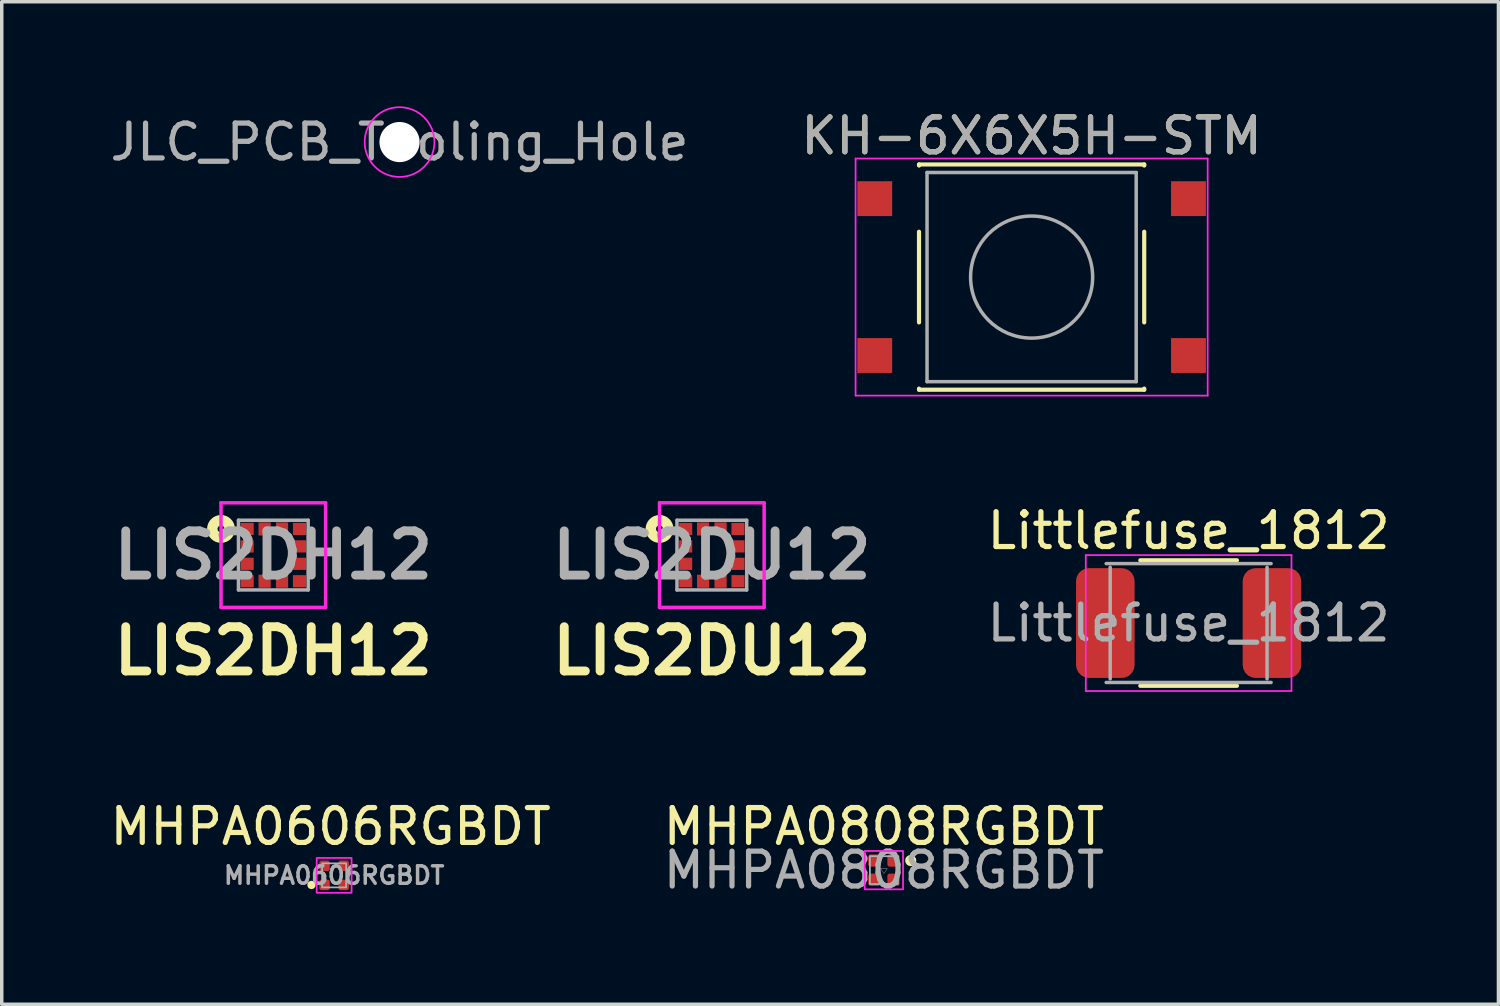
<source format=kicad_pcb>
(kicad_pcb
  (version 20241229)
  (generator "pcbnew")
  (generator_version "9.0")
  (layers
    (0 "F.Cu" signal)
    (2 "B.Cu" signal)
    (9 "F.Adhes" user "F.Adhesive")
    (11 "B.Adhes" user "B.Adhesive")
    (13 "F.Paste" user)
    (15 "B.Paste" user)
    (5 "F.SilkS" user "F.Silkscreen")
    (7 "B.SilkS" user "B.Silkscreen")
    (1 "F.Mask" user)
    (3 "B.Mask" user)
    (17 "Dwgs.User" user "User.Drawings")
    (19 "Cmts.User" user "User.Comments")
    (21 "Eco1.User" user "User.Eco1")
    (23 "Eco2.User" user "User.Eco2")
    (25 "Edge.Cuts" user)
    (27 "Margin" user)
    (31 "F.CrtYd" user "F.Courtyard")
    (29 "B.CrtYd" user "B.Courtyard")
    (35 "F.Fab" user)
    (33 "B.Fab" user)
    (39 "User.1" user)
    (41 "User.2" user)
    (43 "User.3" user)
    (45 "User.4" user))
  (footprint "KH-6X6X5H-STM"
    (layer "F.Cu")
    (at 26.542 4.898)
    (property "Reference" "KH-6X6X5H-STM" (at 0 -4.05 0) (layer "F.SilkS") (effects (font (size 1 1) (thickness 0.15))))
    (attr smd)
    (fp_line (start -3.23 -3.23) (end 3.23 -3.23) (stroke (width 0.12) (type solid)) (layer "F.SilkS"))
    (fp_line (start -3.23 -3.2) (end -3.23 -3.23) (stroke (width 0.12) (type solid)) (layer "F.SilkS"))
    (fp_line (start -3.23 -1.3) (end -3.23 1.3) (stroke (width 0.12) (type solid)) (layer "F.SilkS"))
    (fp_line (start -3.23 3.23) (end -3.23 3.2) (stroke (width 0.12) (type solid)) (layer "F.SilkS"))
    (fp_line (start -3.23 3.23) (end 3.23 3.23) (stroke (width 0.12) (type solid)) (layer "F.SilkS"))
    (fp_line (start 3.23 -3.23) (end 3.23 -3.2) (stroke (width 0.12) (type solid)) (layer "F.SilkS"))
    (fp_line (start 3.23 -1.3) (end 3.23 1.3) (stroke (width 0.12) (type solid)) (layer "F.SilkS"))
    (fp_line (start 3.23 3.23) (end 3.23 3.2) (stroke (width 0.12) (type solid)) (layer "F.SilkS"))
    (fp_line (start -5.05 -3.4) (end -5.05 3.4) (stroke (width 0.05) (type solid)) (layer "F.CrtYd"))
    (fp_line (start -5.05 -3.4) (end 5.05 -3.4) (stroke (width 0.05) (type solid)) (layer "F.CrtYd"))
    (fp_line (start -5.05 3.4) (end 5.05 3.4) (stroke (width 0.05) (type solid)) (layer "F.CrtYd"))
    (fp_line (start 5.05 3.4) (end 5.05 -3.4) (stroke (width 0.05) (type solid)) (layer "F.CrtYd"))
    (fp_line (start -3 -3) (end -3 3) (stroke (width 0.1) (type solid)) (layer "F.Fab"))
    (fp_line (start -3 3) (end 3 3) (stroke (width 0.1) (type solid)) (layer "F.Fab"))
    (fp_line (start 3 -3) (end -3 -3) (stroke (width 0.1) (type solid)) (layer "F.Fab"))
    (fp_line (start 3 3) (end 3 -3) (stroke (width 0.1) (type solid)) (layer "F.Fab"))
    (fp_circle (center 0 0) (end 1.75 -0.05) (stroke (width 0.1) (type solid)) (fill no) (layer "F.Fab"))
    (fp_text user "${REFERENCE}" (at 0 -4.05 0) (layer "F.Fab") (effects (font (size 1 1) (thickness 0.15))))
    (pad "1" smd rect (at -4.5 -2.25) (size 1 1) (layers "F.Cu" "F.Mask" "F.Paste"))
    (pad "1" smd rect (at 4.5 -2.25) (size 1 1) (layers "F.Cu" "F.Mask" "F.Paste"))
    (pad "2" smd rect (at -4.5 2.25) (size 1 1) (layers "F.Cu" "F.Mask" "F.Paste"))
    (pad "2" smd rect (at 4.5 2.25) (size 1 1) (layers "F.Cu" "F.Mask" "F.Paste")))
  (footprint "JLC_PCB_Tooling_Hole"
    (layer "F.Cu")
    (at 8.411 1.025)
    (property "Reference" "JLC_PCB_Tooling_Hole" (at 0 0 0) (unlocked yes) (layer "F.SilkS") (effects (font (size 1 1) (thickness 0.1))))
    (attr board_only exclude_from_pos_files exclude_from_bom dnp)
    (fp_circle (center 0 0) (end 0.025 -1) (stroke (width 0.05) (type default)) (fill no) (layer "F.CrtYd"))
    (fp_text user "${REFERENCE}" (at 0 0 0) (unlocked yes) (layer "F.Fab") (effects (font (size 1 1) (thickness 0.15))))
    (pad "" np_thru_hole circle (at 0 0) (size 1.152 1.152) (drill 1.152) (layers "*.Cu" "*.Mask")))
  (footprint "LIS2DH12"
    (layer "F.Cu")
    (at 4.79 12.873)
    (property "Reference" "LIS2DH12" (at 0 2.75 0) (layer "F.SilkS") (effects (font (size 1.27 1.27) (thickness 0.254))))
    (attr smd)
    (fp_circle (center -1.5 -0.75) (end -1.4 -0.75) (stroke (width 0.3) (type default)) (fill no) (layer "F.SilkS"))
    (fp_line (start -1.5 -1.5) (end 1.5 -1.5) (stroke (width 0.1) (type solid)) (layer "F.CrtYd"))
    (fp_line (start -1.5 1.5) (end -1.5 -1.5) (stroke (width 0.1) (type solid)) (layer "F.CrtYd"))
    (fp_line (start 1.5 -1.5) (end 1.5 1.5) (stroke (width 0.1) (type solid)) (layer "F.CrtYd"))
    (fp_line (start 1.5 1.5) (end -1.5 1.5) (stroke (width 0.1) (type solid)) (layer "F.CrtYd"))
    (fp_line (start -1 -1) (end -1 1) (stroke (width 0.1) (type solid)) (layer "F.Fab"))
    (fp_line (start -1 1) (end 1 1) (stroke (width 0.1) (type solid)) (layer "F.Fab"))
    (fp_line (start 1 -1) (end -1 -1) (stroke (width 0.1) (type solid)) (layer "F.Fab"))
    (fp_line (start 1 1) (end 1 -1) (stroke (width 0.1) (type solid)) (layer "F.Fab"))
    (fp_text user "${REFERENCE}" (at 0 0 0) (layer "F.Fab") (effects (font (size 1.27 1.27) (thickness 0.254))))
    (pad "1" smd rect (at -0.75 -0.75 90) (size 0.35 0.375) (layers "F.Cu" "F.Mask" "F.Paste"))
    (pad "2" smd rect (at -0.75 -0.25 90) (size 0.35 0.375) (layers "F.Cu" "F.Mask" "F.Paste"))
    (pad "3" smd rect (at -0.75 0.25 90) (size 0.35 0.375) (layers "F.Cu" "F.Mask" "F.Paste"))
    (pad "4" smd rect (at -0.75 0.75 90) (size 0.35 0.375) (layers "F.Cu" "F.Mask" "F.Paste"))
    (pad "5" smd rect (at -0.25 0.75) (size 0.35 0.375) (layers "F.Cu" "F.Mask" "F.Paste"))
    (pad "6" smd rect (at 0.25 0.75) (size 0.35 0.375) (layers "F.Cu" "F.Mask" "F.Paste"))
    (pad "7" smd rect (at 0.75 0.75 90) (size 0.35 0.375) (layers "F.Cu" "F.Mask" "F.Paste"))
    (pad "8" smd rect (at 0.75 0.25 90) (size 0.35 0.375) (layers "F.Cu" "F.Mask" "F.Paste"))
    (pad "9" smd rect (at 0.75 -0.25 90) (size 0.35 0.375) (layers "F.Cu" "F.Mask" "F.Paste"))
    (pad "10" smd rect (at 0.75 -0.75 90) (size 0.35 0.375) (layers "F.Cu" "F.Mask" "F.Paste"))
    (pad "11" smd rect (at 0.25 -0.75) (size 0.35 0.375) (layers "F.Cu" "F.Mask" "F.Paste"))
    (pad "12" smd rect (at -0.25 -0.75) (size 0.35 0.375) (layers "F.Cu" "F.Mask" "F.Paste")))
  (footprint "MHPA0606RGBDT"
    (layer "F.Cu")
    (at 6.535 22.06)
    (property "Reference" "MHPA0606RGBDT" (at -0.1 -1.4 0) (layer "F.SilkS") (effects (font (size 1 1) (thickness 0.15))))
    (attr smd)
    (fp_circle (center -0.65 0.275) (end -0.59 0.275) (stroke (width 0.12) (type solid)) (fill no) (layer "F.SilkS"))
    (fp_rect (start -0.5 -0.5) (end 0.5 0.5) (stroke (width 0.05) (type solid)) (fill no) (layer "F.CrtYd"))
    (fp_rect (start -0.345 -0.345) (end 0.345 0.345) (stroke (width 0.05) (type solid)) (fill no) (layer "F.Fab"))
    (fp_text user "${REFERENCE}" (at 0 0 0) (layer "F.Fab") (effects (font (size 0.5 0.5) (thickness 0.1))))
    (pad "1" smd roundrect (at -0.275 0.275 180) (size 0.3 0.3) (layers "F.Cu" "F.Mask" "F.Paste") (roundrect_rratio 0.2))
    (pad "2" smd roundrect (at -0.275 -0.275 180) (size 0.3 0.3) (layers "F.Cu" "F.Mask" "F.Paste") (roundrect_rratio 0.2))
    (pad "3" smd roundrect (at 0.275 -0.275 180) (size 0.3 0.3) (layers "F.Cu" "F.Mask" "F.Paste") (roundrect_rratio 0.2))
    (pad "4" smd roundrect (at 0.275 0.275 180) (size 0.3 0.3) (layers "F.Cu" "F.Mask" "F.Paste") (roundrect_rratio 0.2)))
  (footprint "MHPA0808RGBDT"
    (layer "F.Cu")
    (at 22.304 21.91)
    (property "Reference" "MHPA0808RGBDT" (at 0 -1.25 0) (unlocked yes) (layer "F.SilkS") (effects (font (size 1 1) (thickness 0.15))))
    (attr smd)
    (fp_circle (center 0.77 -0.275) (end 0.85 -0.275) (stroke (width 0.16) (type solid)) (fill no) (layer "F.SilkS"))
    (fp_rect (start -0.55 -0.55) (end 0.55 0.55) (stroke (width 0.05) (type default)) (fill no) (layer "F.CrtYd"))
    (fp_rect (start -0.4 -0.4) (end 0.4 0.4) (stroke (width 0.05) (type solid)) (fill no) (layer "F.Fab"))
    (fp_poly (pts (xy 0 0.1) (xy -0.1 -0.05) (xy 0.1 -0.05)) (stroke (width 0.01) (type solid)) (fill no) (layer "F.Fab"))
    (fp_text user "${REFERENCE}" (at 0 0 0) (unlocked yes) (layer "F.Fab") (effects (font (size 1 1) (thickness 0.15))))
    (pad "1" smd roundrect (at 0.275 -0.275) (size 0.35 0.35) (layers "F.Cu" "F.Mask" "F.Paste") (roundrect_rratio 0.2))
    (pad "2" smd roundrect (at 0.275 0.275) (size 0.35 0.35) (layers "F.Cu" "F.Mask" "F.Paste") (roundrect_rratio 0.2))
    (pad "3" smd roundrect (at -0.275 0.275) (size 0.35 0.35) (layers "F.Cu" "F.Mask" "F.Paste") (roundrect_rratio 0.2))
    (pad "4" smd roundrect (at -0.275 -0.275) (size 0.35 0.35) (layers "F.Cu" "F.Mask" "F.Paste") (roundrect_rratio 0.2)))
  (footprint "Littlefuse_1812"
    (layer "F.Cu")
    (at 31.046 14.822)
    (property "Reference" "Littlefuse_1812" (at 0 -2.65 0) (layer "F.SilkS") (effects (font (size 1 1) (thickness 0.15))))
    (attr smd)
    (fp_line (start -1.386 -1.8) (end 1.386 -1.8) (stroke (width 0.12) (type solid)) (layer "F.SilkS"))
    (fp_line (start -1.386 1.8) (end 1.386 1.8) (stroke (width 0.12) (type solid)) (layer "F.SilkS"))
    (fp_line (start -2.95 -1.95) (end 2.95 -1.95) (stroke (width 0.05) (type solid)) (layer "F.CrtYd"))
    (fp_line (start -2.95 1.95) (end -2.95 -1.95) (stroke (width 0.05) (type solid)) (layer "F.CrtYd"))
    (fp_line (start 2.95 -1.95) (end 2.95 1.95) (stroke (width 0.05) (type solid)) (layer "F.CrtYd"))
    (fp_line (start 2.95 1.95) (end -2.95 1.95) (stroke (width 0.05) (type solid)) (layer "F.CrtYd"))
    (fp_line (start -2.365 -1.705) (end 2.365 -1.705) (stroke (width 0.1) (type solid)) (layer "F.Fab"))
    (fp_line (start -2.25 1.6) (end -2.25 -1.6) (stroke (width 0.1) (type solid)) (layer "F.Fab"))
    (fp_line (start 2.25 -1.6) (end 2.25 1.6) (stroke (width 0.1) (type solid)) (layer "F.Fab"))
    (fp_line (start 2.365 1.705) (end -2.365 1.705) (stroke (width 0.1) (type solid)) (layer "F.Fab"))
    (fp_text user "${REFERENCE}" (at 0 0 0) (layer "F.Fab") (effects (font (size 1 1) (thickness 0.15))))
    (pad "1" smd roundrect (at -2.39 0) (size 1.68 3.15) (layers "F.Cu" "F.Mask" "F.Paste") (roundrect_rratio 0.222))
    (pad "2" smd roundrect (at 2.39 0) (size 1.68 3.15) (layers "F.Cu" "F.Mask" "F.Paste") (roundrect_rratio 0.222)))
  (footprint "LIS2DU12"
    (layer "F.Cu")
    (at 17.369 12.873)
    (property "Reference" "LIS2DU12" (at 0 2.75 0) (layer "F.SilkS") (effects (font (size 1.27 1.27) (thickness 0.254))))
    (attr smd)
    (fp_circle (center -1.5 -0.75) (end -1.4 -0.75) (stroke (width 0.3) (type default)) (fill no) (layer "F.SilkS"))
    (fp_line (start -1.5 -1.5) (end 1.5 -1.5) (stroke (width 0.1) (type solid)) (layer "F.CrtYd"))
    (fp_line (start -1.5 1.5) (end -1.5 -1.5) (stroke (width 0.1) (type solid)) (layer "F.CrtYd"))
    (fp_line (start 1.5 -1.5) (end 1.5 1.5) (stroke (width 0.1) (type solid)) (layer "F.CrtYd"))
    (fp_line (start 1.5 1.5) (end -1.5 1.5) (stroke (width 0.1) (type solid)) (layer "F.CrtYd"))
    (fp_line (start -1 -1) (end -1 1) (stroke (width 0.1) (type solid)) (layer "F.Fab"))
    (fp_line (start -1 1) (end 1 1) (stroke (width 0.1) (type solid)) (layer "F.Fab"))
    (fp_line (start 1 -1) (end -1 -1) (stroke (width 0.1) (type solid)) (layer "F.Fab"))
    (fp_line (start 1 1) (end 1 -1) (stroke (width 0.1) (type solid)) (layer "F.Fab"))
    (fp_text user "${REFERENCE}" (at 0 0 0) (layer "F.Fab") (effects (font (size 1.27 1.27) (thickness 0.254))))
    (pad "1" smd rect (at -0.75 -0.75 90) (size 0.35 0.375) (layers "F.Cu" "F.Mask" "F.Paste"))
    (pad "2" smd rect (at -0.75 -0.25 90) (size 0.35 0.375) (layers "F.Cu" "F.Mask" "F.Paste"))
    (pad "3" smd rect (at -0.75 0.25 90) (size 0.35 0.375) (layers "F.Cu" "F.Mask" "F.Paste"))
    (pad "4" smd rect (at -0.75 0.75 90) (size 0.35 0.375) (layers "F.Cu" "F.Mask" "F.Paste"))
    (pad "5" smd rect (at -0.25 0.75) (size 0.35 0.375) (layers "F.Cu" "F.Mask" "F.Paste"))
    (pad "6" smd rect (at 0.25 0.75) (size 0.35 0.375) (layers "F.Cu" "F.Mask" "F.Paste"))
    (pad "7" smd rect (at 0.75 0.75 90) (size 0.35 0.375) (layers "F.Cu" "F.Mask" "F.Paste"))
    (pad "8" smd rect (at 0.75 0.25 90) (size 0.35 0.375) (layers "F.Cu" "F.Mask" "F.Paste"))
    (pad "9" smd rect (at 0.75 -0.25 90) (size 0.35 0.375) (layers "F.Cu" "F.Mask" "F.Paste"))
    (pad "10" smd rect (at 0.75 -0.75 90) (size 0.35 0.375) (layers "F.Cu" "F.Mask" "F.Paste"))
    (pad "11" smd rect (at 0.25 -0.75) (size 0.35 0.375) (layers "F.Cu" "F.Mask" "F.Paste"))
    (pad "12" smd rect (at -0.25 -0.75) (size 0.35 0.375) (layers "F.Cu" "F.Mask" "F.Paste")))
  (gr_rect
    (start -3 -3)
    (end 39.933 25.758)
    (stroke (width 0.1) (type default))
    (fill no)
    (layer "Edge.Cuts")))
</source>
